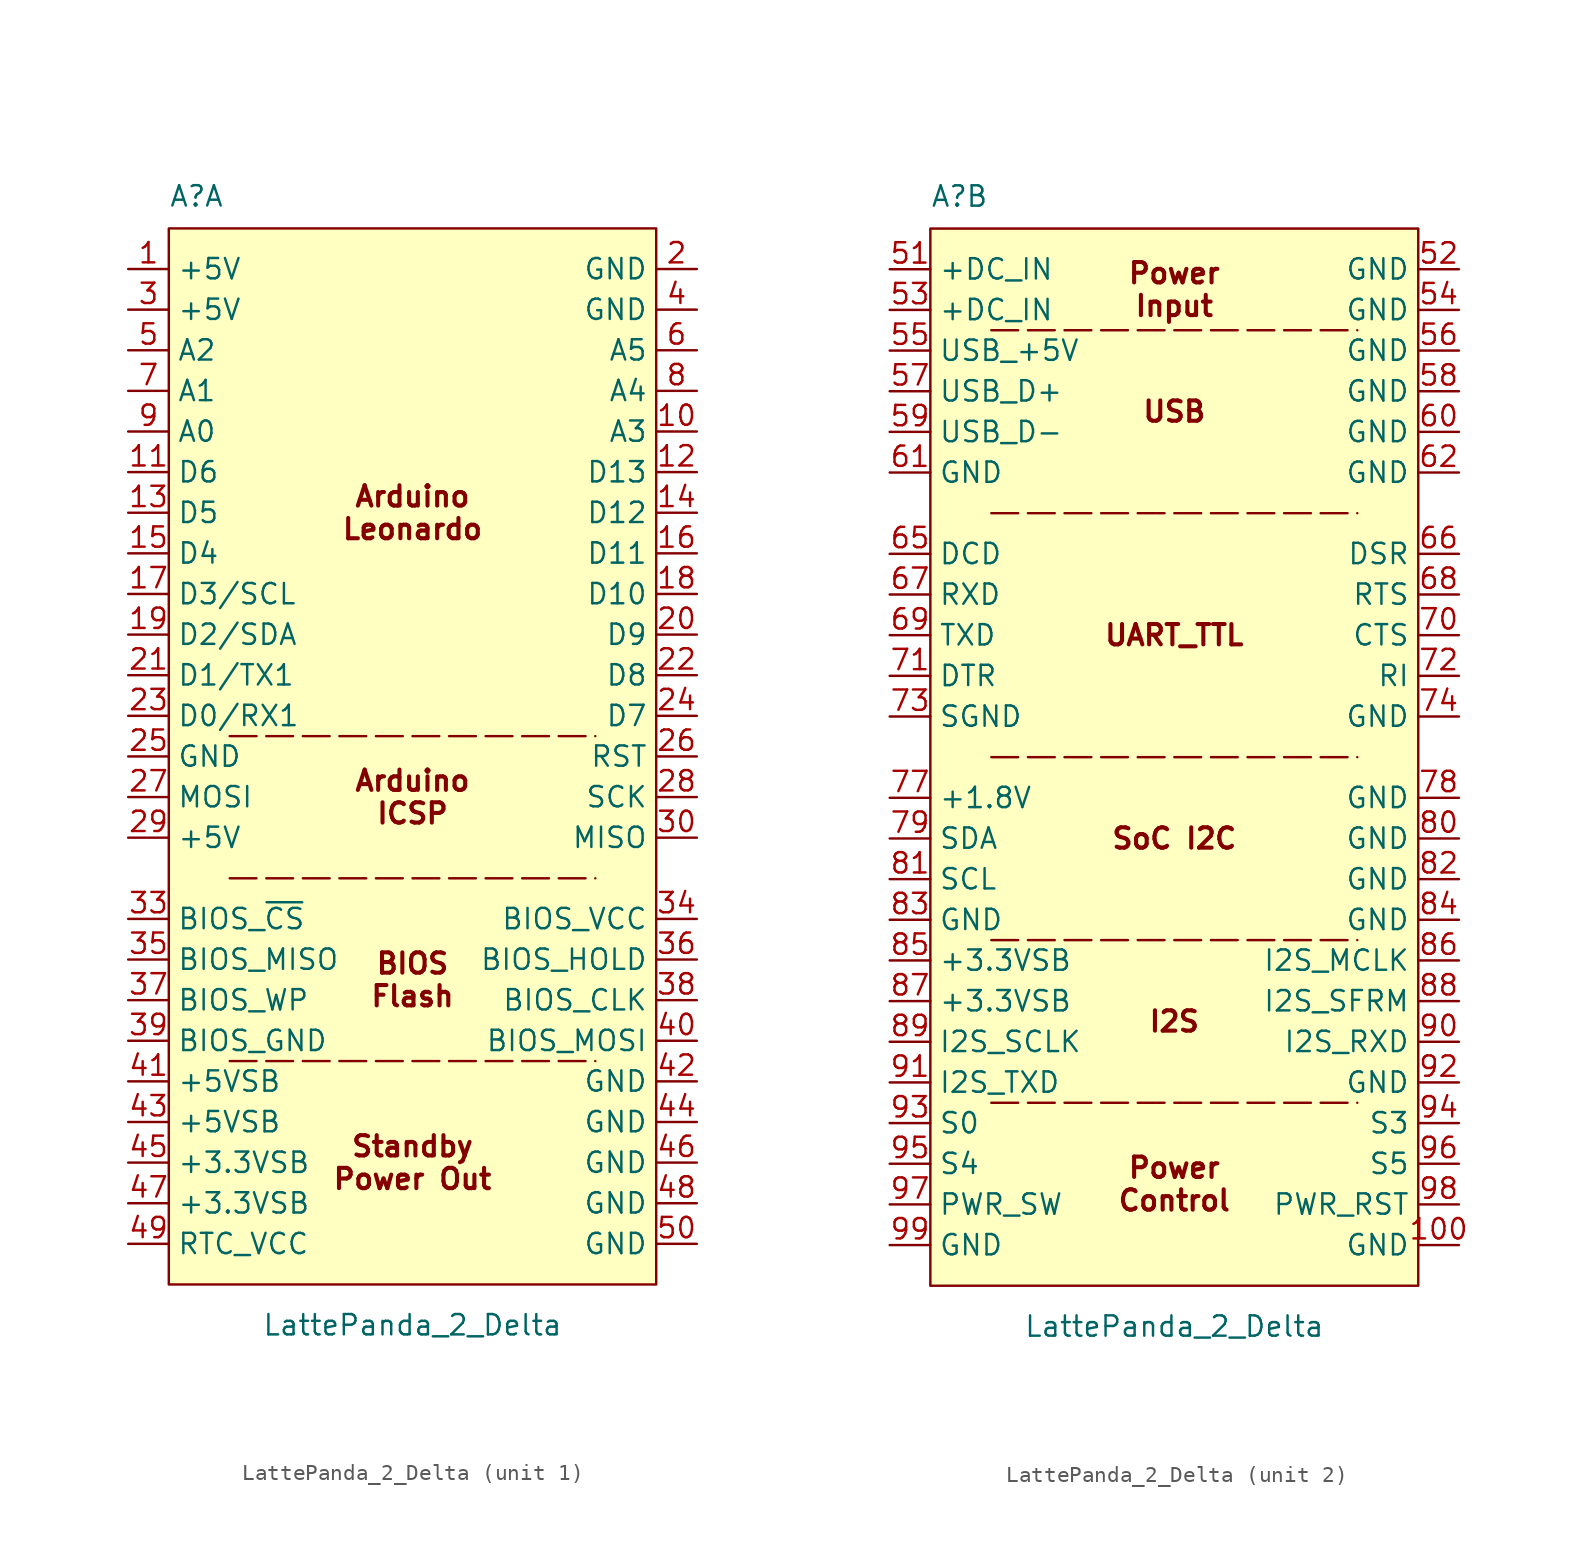
<source format=kicad_sym>
(kicad_symbol_lib
  (version 20220914)
  (generator kicad_symbol_editor)
  (symbol "LattePanda_2_Delta"
    (property "Reference" "A"
      (at -15.24 34.29 0)
      (effects (font (size 1.27 1.27)) (justify left bottom)))
    (property "Value" "LattePanda_2_Delta"
      (at 0 -35.56 0)
      (effects (font (size 1.27 1.27))))
    (symbol "LattePanda_2_Delta_0_1"
      (rectangle (start -15.24 33.02) (end 15.24 -33.02) (stroke (width 0) (type default)) (fill (type background))))
    (symbol "LattePanda_2_Delta_1_1"
      (polyline (pts (xy -11.43 -19.05) (xy 11.43 -19.05)) (stroke (width 0) (type dash)) (fill (type none)))
      (polyline (pts (xy -11.43 -7.62) (xy 11.43 -7.62)) (stroke (width 0) (type dash)) (fill (type none)))
      (polyline (pts (xy -11.43 1.27) (xy 11.43 1.27)) (stroke (width 0) (type dash)) (fill (type none)))
      (text "Arduino\nICSP" (at 0 -2.54 0) (effects (font (size 1.27 1.27) bold)))
      (text "Arduino\nLeonardo" (at 0 15.24 0) (effects (font (size 1.27 1.27) bold)))
      (text "BIOS\nFlash" (at 0 -13.97 0) (effects (font (size 1.27 1.27) bold)))
      (text "Standby\nPower Out" (at 0 -25.4 0) (effects (font (size 1.27 1.27) bold)))
      (pin power_out line (at -17.78 30.48 0) (length 2.54) (name "+5V" (effects (font (size 1.27 1.27)))) (number "1" (effects (font (size 1.27 1.27)))))
      (pin bidirectional line (at 17.78 20.32 180) (length 2.54) (name "A3" (effects (font (size 1.27 1.27)))) (number "10" (effects (font (size 1.27 1.27)))))
      (pin bidirectional line (at -17.78 17.78 0) (length 2.54) (name "D6" (effects (font (size 1.27 1.27)))) (number "11" (effects (font (size 1.27 1.27)))))
      (pin bidirectional line (at 17.78 17.78 180) (length 2.54) (name "D13" (effects (font (size 1.27 1.27)))) (number "12" (effects (font (size 1.27 1.27)))))
      (pin bidirectional line (at -17.78 15.24 0) (length 2.54) (name "D5" (effects (font (size 1.27 1.27)))) (number "13" (effects (font (size 1.27 1.27)))))
      (pin bidirectional line (at 17.78 15.24 180) (length 2.54) (name "D12" (effects (font (size 1.27 1.27)))) (number "14" (effects (font (size 1.27 1.27)))))
      (pin bidirectional line (at -17.78 12.7 0) (length 2.54) (name "D4" (effects (font (size 1.27 1.27)))) (number "15" (effects (font (size 1.27 1.27)))))
      (pin bidirectional line (at 17.78 12.7 180) (length 2.54) (name "D11" (effects (font (size 1.27 1.27)))) (number "16" (effects (font (size 1.27 1.27)))))
      (pin bidirectional line (at -17.78 10.16 0) (length 2.54) (name "D3/SCL" (effects (font (size 1.27 1.27)))) (number "17" (effects (font (size 1.27 1.27)))))
      (pin bidirectional line (at 17.78 10.16 180) (length 2.54) (name "D10" (effects (font (size 1.27 1.27)))) (number "18" (effects (font (size 1.27 1.27)))))
      (pin bidirectional line (at -17.78 7.62 0) (length 2.54) (name "D2/SDA" (effects (font (size 1.27 1.27)))) (number "19" (effects (font (size 1.27 1.27)))))
      (pin power_in line (at 17.78 30.48 180) (length 2.54) (name "GND" (effects (font (size 1.27 1.27)))) (number "2" (effects (font (size 1.27 1.27)))))
      (pin bidirectional line (at 17.78 7.62 180) (length 2.54) (name "D9" (effects (font (size 1.27 1.27)))) (number "20" (effects (font (size 1.27 1.27)))))
      (pin bidirectional line (at -17.78 5.08 0) (length 2.54) (name "D1/TX1" (effects (font (size 1.27 1.27)))) (number "21" (effects (font (size 1.27 1.27)))))
      (pin bidirectional line (at 17.78 5.08 180) (length 2.54) (name "D8" (effects (font (size 1.27 1.27)))) (number "22" (effects (font (size 1.27 1.27)))))
      (pin bidirectional line (at -17.78 2.54 0) (length 2.54) (name "D0/RX1" (effects (font (size 1.27 1.27)))) (number "23" (effects (font (size 1.27 1.27)))))
      (pin bidirectional line (at 17.78 2.54 180) (length 2.54) (name "D7" (effects (font (size 1.27 1.27)))) (number "24" (effects (font (size 1.27 1.27)))))
      (pin power_in line (at -17.78 0 0) (length 2.54) (name "GND" (effects (font (size 1.27 1.27)))) (number "25" (effects (font (size 1.27 1.27)))))
      (pin input line (at 17.78 0 180) (length 2.54) (name "RST" (effects (font (size 1.27 1.27)))) (number "26" (effects (font (size 1.27 1.27)))))
      (pin input line (at -17.78 -2.54 0) (length 2.54) (name "MOSI" (effects (font (size 1.27 1.27)))) (number "27" (effects (font (size 1.27 1.27)))))
      (pin input line (at 17.78 -2.54 180) (length 2.54) (name "SCK" (effects (font (size 1.27 1.27)))) (number "28" (effects (font (size 1.27 1.27)))))
      (pin power_in line (at -17.78 -5.08 0) (length 2.54) (name "+5V" (effects (font (size 1.27 1.27)))) (number "29" (effects (font (size 1.27 1.27)))))
      (pin power_out line (at -17.78 27.94 0) (length 2.54) (name "+5V" (effects (font (size 1.27 1.27)))) (number "3" (effects (font (size 1.27 1.27)))))
      (pin input line (at 17.78 -5.08 180) (length 2.54) (name "MISO" (effects (font (size 1.27 1.27)))) (number "30" (effects (font (size 1.27 1.27)))))
      (pin input line (at -17.78 -10.16 0) (length 2.54) (name "BIOS_~{CS}" (effects (font (size 1.27 1.27)))) (number "33" (effects (font (size 1.27 1.27)))))
      (pin power_in line (at 17.78 -10.16 180) (length 2.54) (name "BIOS_VCC" (effects (font (size 1.27 1.27)))) (number "34" (effects (font (size 1.27 1.27)))))
      (pin input line (at -17.78 -12.7 0) (length 2.54) (name "BIOS_MISO" (effects (font (size 1.27 1.27)))) (number "35" (effects (font (size 1.27 1.27)))))
      (pin input line (at 17.78 -12.7 180) (length 2.54) (name "BIOS_HOLD" (effects (font (size 1.27 1.27)))) (number "36" (effects (font (size 1.27 1.27)))))
      (pin input line (at -17.78 -15.24 0) (length 2.54) (name "BIOS_WP" (effects (font (size 1.27 1.27)))) (number "37" (effects (font (size 1.27 1.27)))))
      (pin input line (at 17.78 -15.24 180) (length 2.54) (name "BIOS_CLK" (effects (font (size 1.27 1.27)))) (number "38" (effects (font (size 1.27 1.27)))))
      (pin power_in line (at -17.78 -17.78 0) (length 2.54) (name "BIOS_GND" (effects (font (size 1.27 1.27)))) (number "39" (effects (font (size 1.27 1.27)))))
      (pin power_in line (at 17.78 27.94 180) (length 2.54) (name "GND" (effects (font (size 1.27 1.27)))) (number "4" (effects (font (size 1.27 1.27)))))
      (pin input line (at 17.78 -17.78 180) (length 2.54) (name "BIOS_MOSI" (effects (font (size 1.27 1.27)))) (number "40" (effects (font (size 1.27 1.27)))))
      (pin power_out line (at -17.78 -20.32 0) (length 2.54) (name "+5VSB" (effects (font (size 1.27 1.27)))) (number "41" (effects (font (size 1.27 1.27)))))
      (pin power_in line (at 17.78 -20.32 180) (length 2.54) (name "GND" (effects (font (size 1.27 1.27)))) (number "42" (effects (font (size 1.27 1.27)))))
      (pin power_out line (at -17.78 -22.86 0) (length 2.54) (name "+5VSB" (effects (font (size 1.27 1.27)))) (number "43" (effects (font (size 1.27 1.27)))))
      (pin power_in line (at 17.78 -22.86 180) (length 2.54) (name "GND" (effects (font (size 1.27 1.27)))) (number "44" (effects (font (size 1.27 1.27)))))
      (pin power_out line (at -17.78 -25.4 0) (length 2.54) (name "+3.3VSB" (effects (font (size 1.27 1.27)))) (number "45" (effects (font (size 1.27 1.27)))))
      (pin power_in line (at 17.78 -25.4 180) (length 2.54) (name "GND" (effects (font (size 1.27 1.27)))) (number "46" (effects (font (size 1.27 1.27)))))
      (pin power_out line (at -17.78 -27.94 0) (length 2.54) (name "+3.3VSB" (effects (font (size 1.27 1.27)))) (number "47" (effects (font (size 1.27 1.27)))))
      (pin power_in line (at 17.78 -27.94 180) (length 2.54) (name "GND" (effects (font (size 1.27 1.27)))) (number "48" (effects (font (size 1.27 1.27)))))
      (pin power_in line (at -17.78 -30.48 0) (length 2.54) (name "RTC_VCC" (effects (font (size 1.27 1.27)))) (number "49" (effects (font (size 1.27 1.27)))))
      (pin bidirectional line (at -17.78 25.4 0) (length 2.54) (name "A2" (effects (font (size 1.27 1.27)))) (number "5" (effects (font (size 1.27 1.27)))))
      (pin power_in line (at 17.78 -30.48 180) (length 2.54) (name "GND" (effects (font (size 1.27 1.27)))) (number "50" (effects (font (size 1.27 1.27)))))
      (pin bidirectional line (at 17.78 25.4 180) (length 2.54) (name "A5" (effects (font (size 1.27 1.27)))) (number "6" (effects (font (size 1.27 1.27)))))
      (pin bidirectional line (at -17.78 22.86 0) (length 2.54) (name "A1" (effects (font (size 1.27 1.27)))) (number "7" (effects (font (size 1.27 1.27)))))
      (pin bidirectional line (at 17.78 22.86 180) (length 2.54) (name "A4" (effects (font (size 1.27 1.27)))) (number "8" (effects (font (size 1.27 1.27)))))
      (pin bidirectional line (at -17.78 20.32 0) (length 2.54) (name "A0" (effects (font (size 1.27 1.27)))) (number "9" (effects (font (size 1.27 1.27))))))
    (symbol "LattePanda_2_Delta_2_1"
      (polyline (pts (xy -11.43 -21.59) (xy 11.43 -21.59)) (stroke (width 0) (type dash)) (fill (type none)))
      (polyline (pts (xy -11.43 -11.43) (xy 11.43 -11.43)) (stroke (width 0) (type dash)) (fill (type none)))
      (polyline (pts (xy -11.43 0) (xy 11.43 0)) (stroke (width 0) (type dash)) (fill (type none)))
      (polyline (pts (xy -11.43 15.24) (xy 11.43 15.24)) (stroke (width 0) (type dash)) (fill (type none)))
      (polyline (pts (xy -11.43 26.67) (xy 11.43 26.67)) (stroke (width 0) (type dash)) (fill (type none)))
      (text "I2S" (at 0 -16.51 0) (effects (font (size 1.27 1.27) bold)))
      (text "Power\nControl" (at 0 -26.67 0) (effects (font (size 1.27 1.27) bold)))
      (text "Power\nInput" (at 0 29.21 0) (effects (font (size 1.27 1.27) bold)))
      (text "SoC I2C" (at 0 -5.08 0) (effects (font (size 1.27 1.27) bold)))
      (text "UART_TTL" (at 0 7.62 0) (effects (font (size 1.27 1.27) bold)))
      (text "USB" (at 0 21.59 0) (effects (font (size 1.27 1.27) bold)))
      (pin power_in line (at 17.78 -30.48 180) (length 2.54) (name "GND" (effects (font (size 1.27 1.27)))) (number "100" (effects (font (size 1.27 1.27)))))
      (pin power_in line (at -17.78 30.48 0) (length 2.54) (name "+DC_IN" (effects (font (size 1.27 1.27)))) (number "51" (effects (font (size 1.27 1.27)))))
      (pin power_in line (at 17.78 30.48 180) (length 2.54) (name "GND" (effects (font (size 1.27 1.27)))) (number "52" (effects (font (size 1.27 1.27)))))
      (pin power_in line (at -17.78 27.94 0) (length 2.54) (name "+DC_IN" (effects (font (size 1.27 1.27)))) (number "53" (effects (font (size 1.27 1.27)))))
      (pin power_in line (at 17.78 27.94 180) (length 2.54) (name "GND" (effects (font (size 1.27 1.27)))) (number "54" (effects (font (size 1.27 1.27)))))
      (pin power_out line (at -17.78 25.4 0) (length 2.54) (name "USB_+5V" (effects (font (size 1.27 1.27)))) (number "55" (effects (font (size 1.27 1.27)))))
      (pin power_in line (at 17.78 25.4 180) (length 2.54) (name "GND" (effects (font (size 1.27 1.27)))) (number "56" (effects (font (size 1.27 1.27)))))
      (pin bidirectional line (at -17.78 22.86 0) (length 2.54) (name "USB_D+" (effects (font (size 1.27 1.27)))) (number "57" (effects (font (size 1.27 1.27)))))
      (pin power_in line (at 17.78 22.86 180) (length 2.54) (name "GND" (effects (font (size 1.27 1.27)))) (number "58" (effects (font (size 1.27 1.27)))))
      (pin bidirectional line (at -17.78 20.32 0) (length 2.54) (name "USB_D-" (effects (font (size 1.27 1.27)))) (number "59" (effects (font (size 1.27 1.27)))))
      (pin power_in line (at 17.78 20.32 180) (length 2.54) (name "GND" (effects (font (size 1.27 1.27)))) (number "60" (effects (font (size 1.27 1.27)))))
      (pin power_in line (at -17.78 17.78 0) (length 2.54) (name "GND" (effects (font (size 1.27 1.27)))) (number "61" (effects (font (size 1.27 1.27)))))
      (pin power_in line (at 17.78 17.78 180) (length 2.54) (name "GND" (effects (font (size 1.27 1.27)))) (number "62" (effects (font (size 1.27 1.27)))))
      (pin input line (at -17.78 12.7 0) (length 2.54) (name "DCD" (effects (font (size 1.27 1.27)))) (number "65" (effects (font (size 1.27 1.27)))))
      (pin input line (at 17.78 12.7 180) (length 2.54) (name "DSR" (effects (font (size 1.27 1.27)))) (number "66" (effects (font (size 1.27 1.27)))))
      (pin input line (at -17.78 10.16 0) (length 2.54) (name "RXD" (effects (font (size 1.27 1.27)))) (number "67" (effects (font (size 1.27 1.27)))))
      (pin output line (at 17.78 10.16 180) (length 2.54) (name "RTS" (effects (font (size 1.27 1.27)))) (number "68" (effects (font (size 1.27 1.27)))))
      (pin output line (at -17.78 7.62 0) (length 2.54) (name "TXD" (effects (font (size 1.27 1.27)))) (number "69" (effects (font (size 1.27 1.27)))))
      (pin input line (at 17.78 7.62 180) (length 2.54) (name "CTS" (effects (font (size 1.27 1.27)))) (number "70" (effects (font (size 1.27 1.27)))))
      (pin output line (at -17.78 5.08 0) (length 2.54) (name "DTR" (effects (font (size 1.27 1.27)))) (number "71" (effects (font (size 1.27 1.27)))))
      (pin input line (at 17.78 5.08 180) (length 2.54) (name "RI" (effects (font (size 1.27 1.27)))) (number "72" (effects (font (size 1.27 1.27)))))
      (pin passive line (at -17.78 2.54 0) (length 2.54) (name "SGND" (effects (font (size 1.27 1.27)))) (number "73" (effects (font (size 1.27 1.27)))))
      (pin power_in line (at 17.78 2.54 180) (length 2.54) (name "GND" (effects (font (size 1.27 1.27)))) (number "74" (effects (font (size 1.27 1.27)))))
      (pin power_out line (at -17.78 -2.54 0) (length 2.54) (name "+1.8V" (effects (font (size 1.27 1.27)))) (number "77" (effects (font (size 1.27 1.27)))))
      (pin power_in line (at 17.78 -2.54 180) (length 2.54) (name "GND" (effects (font (size 1.27 1.27)))) (number "78" (effects (font (size 1.27 1.27)))))
      (pin bidirectional line (at -17.78 -5.08 0) (length 2.54) (name "SDA" (effects (font (size 1.27 1.27)))) (number "79" (effects (font (size 1.27 1.27)))))
      (pin power_in line (at 17.78 -5.08 180) (length 2.54) (name "GND" (effects (font (size 1.27 1.27)))) (number "80" (effects (font (size 1.27 1.27)))))
      (pin output line (at -17.78 -7.62 0) (length 2.54) (name "SCL" (effects (font (size 1.27 1.27)))) (number "81" (effects (font (size 1.27 1.27)))))
      (pin power_in line (at 17.78 -7.62 180) (length 2.54) (name "GND" (effects (font (size 1.27 1.27)))) (number "82" (effects (font (size 1.27 1.27)))))
      (pin power_in line (at -17.78 -10.16 0) (length 2.54) (name "GND" (effects (font (size 1.27 1.27)))) (number "83" (effects (font (size 1.27 1.27)))))
      (pin power_in line (at 17.78 -10.16 180) (length 2.54) (name "GND" (effects (font (size 1.27 1.27)))) (number "84" (effects (font (size 1.27 1.27)))))
      (pin power_out line (at -17.78 -12.7 0) (length 2.54) (name "+3.3VSB" (effects (font (size 1.27 1.27)))) (number "85" (effects (font (size 1.27 1.27)))))
      (pin output line (at 17.78 -12.7 180) (length 2.54) (name "I2S_MCLK" (effects (font (size 1.27 1.27)))) (number "86" (effects (font (size 1.27 1.27)))))
      (pin power_out line (at -17.78 -15.24 0) (length 2.54) (name "+3.3VSB" (effects (font (size 1.27 1.27)))) (number "87" (effects (font (size 1.27 1.27)))))
      (pin output line (at 17.78 -15.24 180) (length 2.54) (name "I2S_SFRM" (effects (font (size 1.27 1.27)))) (number "88" (effects (font (size 1.27 1.27)))))
      (pin output line (at -17.78 -17.78 0) (length 2.54) (name "I2S_SCLK" (effects (font (size 1.27 1.27)))) (number "89" (effects (font (size 1.27 1.27)))))
      (pin input line (at 17.78 -17.78 180) (length 2.54) (name "I2S_RXD" (effects (font (size 1.27 1.27)))) (number "90" (effects (font (size 1.27 1.27)))))
      (pin output line (at -17.78 -20.32 0) (length 2.54) (name "I2S_TXD" (effects (font (size 1.27 1.27)))) (number "91" (effects (font (size 1.27 1.27)))))
      (pin power_in line (at 17.78 -20.32 180) (length 2.54) (name "GND" (effects (font (size 1.27 1.27)))) (number "92" (effects (font (size 1.27 1.27)))))
      (pin output line (at -17.78 -22.86 0) (length 2.54) (name "S0" (effects (font (size 1.27 1.27)))) (number "93" (effects (font (size 1.27 1.27)))))
      (pin output line (at 17.78 -22.86 180) (length 2.54) (name "S3" (effects (font (size 1.27 1.27)))) (number "94" (effects (font (size 1.27 1.27)))))
      (pin output line (at -17.78 -25.4 0) (length 2.54) (name "S4" (effects (font (size 1.27 1.27)))) (number "95" (effects (font (size 1.27 1.27)))))
      (pin output line (at 17.78 -25.4 180) (length 2.54) (name "S5" (effects (font (size 1.27 1.27)))) (number "96" (effects (font (size 1.27 1.27)))))
      (pin input line (at -17.78 -27.94 0) (length 2.54) (name "PWR_SW" (effects (font (size 1.27 1.27)))) (number "97" (effects (font (size 1.27 1.27)))))
      (pin input line (at 17.78 -27.94 180) (length 2.54) (name "PWR_RST" (effects (font (size 1.27 1.27)))) (number "98" (effects (font (size 1.27 1.27)))))
      (pin power_in line (at -17.78 -30.48 0) (length 2.54) (name "GND" (effects (font (size 1.27 1.27)))) (number "99" (effects (font (size 1.27 1.27))))))))
</source>
